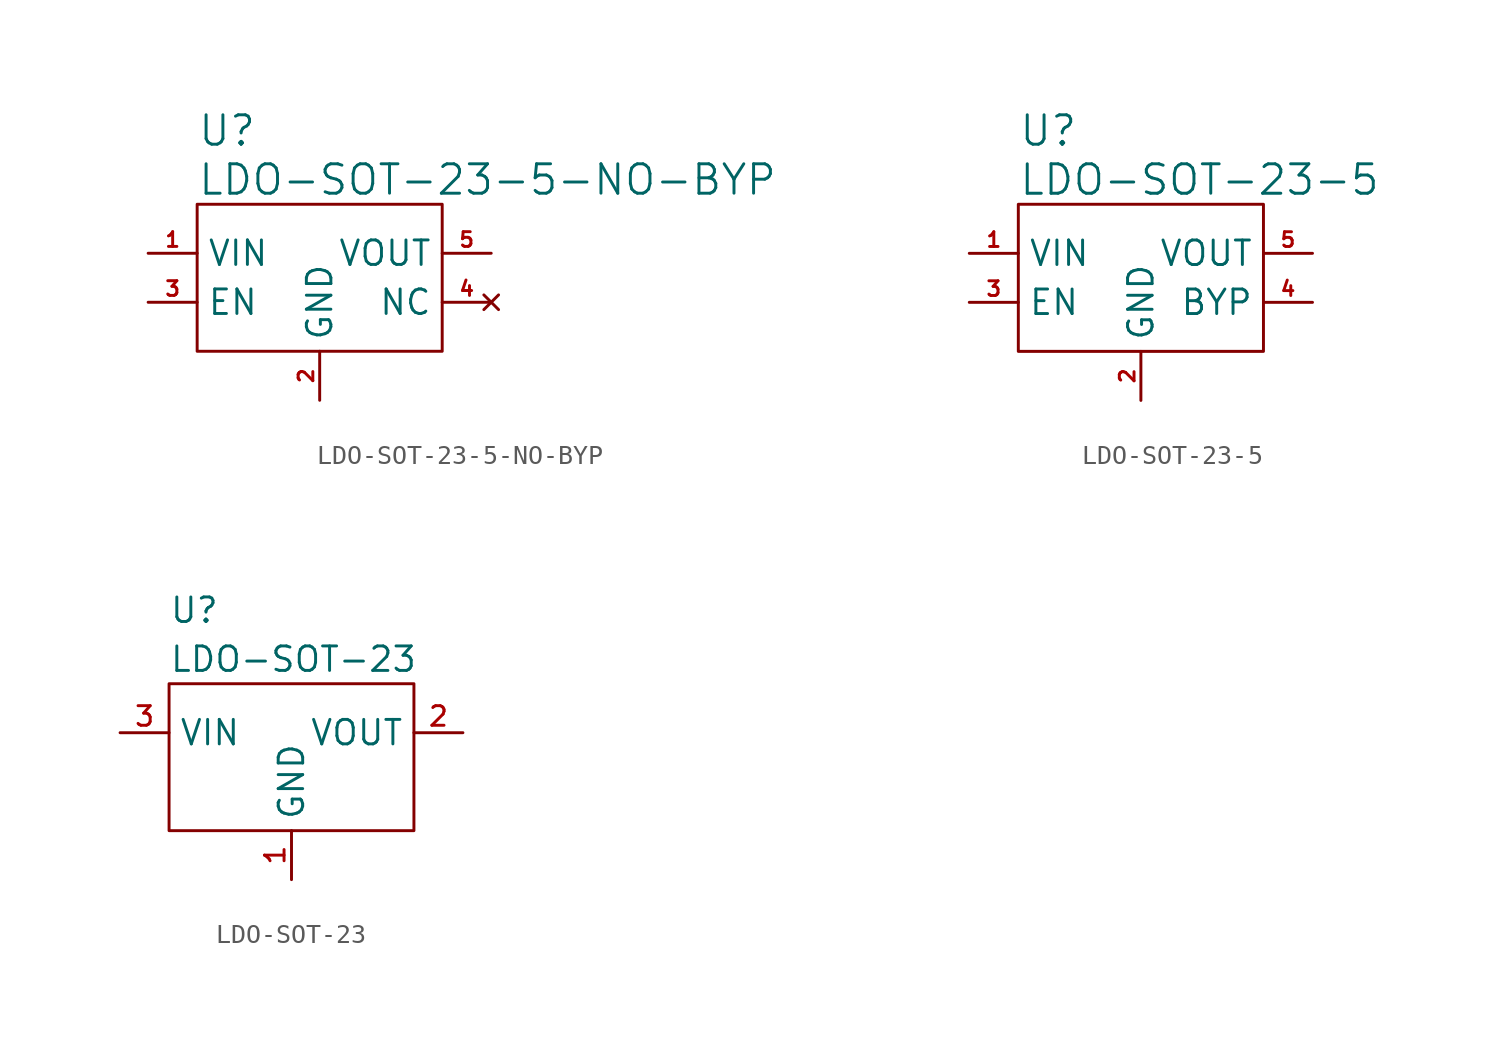
<source format=kicad_sym>
(kicad_symbol_lib
  (version 20211014)
  (generator kicad_symbol_editor)
  (symbol "LDO-SOT-23-5-NO-BYP"
    (property "Reference" "U"
      (at -6.35 10.16 0)
      (effects (font (size 1.524 1.524)) (justify left)))
    (property "Value" "LDO-SOT-23-5-NO-BYP"
      (at -6.35 7.62 0)
      (effects (font (size 1.524 1.524)) (justify left)))
    (symbol "LDO-SOT-23-5-NO-BYP_0_1"
      (rectangle (start -6.35 6.35) (end 6.35 -1.27) (stroke (width 0) (type default) (color 0 0 0 0)) (fill (type none))))
    (symbol "LDO-SOT-23-5-NO-BYP_1_1"
      (pin power_in line (at -8.89 3.81 0) (length 2.54) (name "VIN" (effects (font (size 1.27 1.27)))) (number "1" (effects (font (size 0.762 0.762)))))
      (pin power_in line (at 0 -3.81 90) (length 2.54) (name "GND" (effects (font (size 1.27 1.27)))) (number "2" (effects (font (size 0.762 0.762)))))
      (pin input line (at -8.89 1.27 0) (length 2.54) (name "EN" (effects (font (size 1.27 1.27)))) (number "3" (effects (font (size 0.762 0.762)))))
      (pin no_connect line (at 8.89 1.27 180) (length 2.54) (name "NC" (effects (font (size 1.27 1.27)))) (number "4" (effects (font (size 0.762 0.762)))))
      (pin power_out line (at 8.89 3.81 180) (length 2.54) (name "VOUT" (effects (font (size 1.27 1.27)))) (number "5" (effects (font (size 0.762 0.762)))))))
  (symbol "LDO-SOT-23-5"
    (property "Reference" "U"
      (at -6.35 10.16 0)
      (effects (font (size 1.524 1.524)) (justify left)))
    (property "Value" "LDO-SOT-23-5"
      (at -6.35 7.62 0)
      (effects (font (size 1.524 1.524)) (justify left)))
    (symbol "LDO-SOT-23-5_0_1"
      (rectangle (start -6.35 6.35) (end 6.35 -1.27) (stroke (width 0) (type default) (color 0 0 0 0)) (fill (type none))))
    (symbol "LDO-SOT-23-5_1_1"
      (pin power_in line (at -8.89 3.81 0) (length 2.54) (name "VIN" (effects (font (size 1.27 1.27)))) (number "1" (effects (font (size 0.762 0.762)))))
      (pin power_in line (at 0 -3.81 90) (length 2.54) (name "GND" (effects (font (size 1.27 1.27)))) (number "2" (effects (font (size 0.762 0.762)))))
      (pin input line (at -8.89 1.27 0) (length 2.54) (name "EN" (effects (font (size 1.27 1.27)))) (number "3" (effects (font (size 0.762 0.762)))))
      (pin passive line (at 8.89 1.27 180) (length 2.54) (name "BYP" (effects (font (size 1.27 1.27)))) (number "4" (effects (font (size 0.762 0.762)))))
      (pin power_out line (at 8.89 3.81 180) (length 2.54) (name "VOUT" (effects (font (size 1.27 1.27)))) (number "5" (effects (font (size 0.762 0.762)))))))
  (symbol "LDO-SOT-23"
    (property "Reference" "U"
      (at -6.35 10.16 0)
      (effects (font (size 1.27 1.27)) (justify left)))
    (property "Value" "LDO-SOT-23"
      (at -6.35 7.62 0)
      (effects (font (size 1.27 1.27)) (justify left)))
    (symbol "LDO-SOT-23_0_1"
      (rectangle (start -6.35 6.35) (end 6.35 -1.27) (stroke (width 0) (type default) (color 0 0 0 0)) (fill (type none))))
    (symbol "LDO-SOT-23_1_1"
      (pin power_in line (at 0 -3.81 90) (length 2.54) (name "GND" (effects (font (size 1.27 1.27)))) (number "1" (effects (font (size 1.016 1.016)))))
      (pin power_out line (at 8.89 3.81 180) (length 2.54) (name "VOUT" (effects (font (size 1.27 1.27)))) (number "2" (effects (font (size 1.016 1.016)))))
      (pin power_in line (at -8.89 3.81 0) (length 2.54) (name "VIN" (effects (font (size 1.27 1.27)))) (number "3" (effects (font (size 1.016 1.016))))))))
</source>
